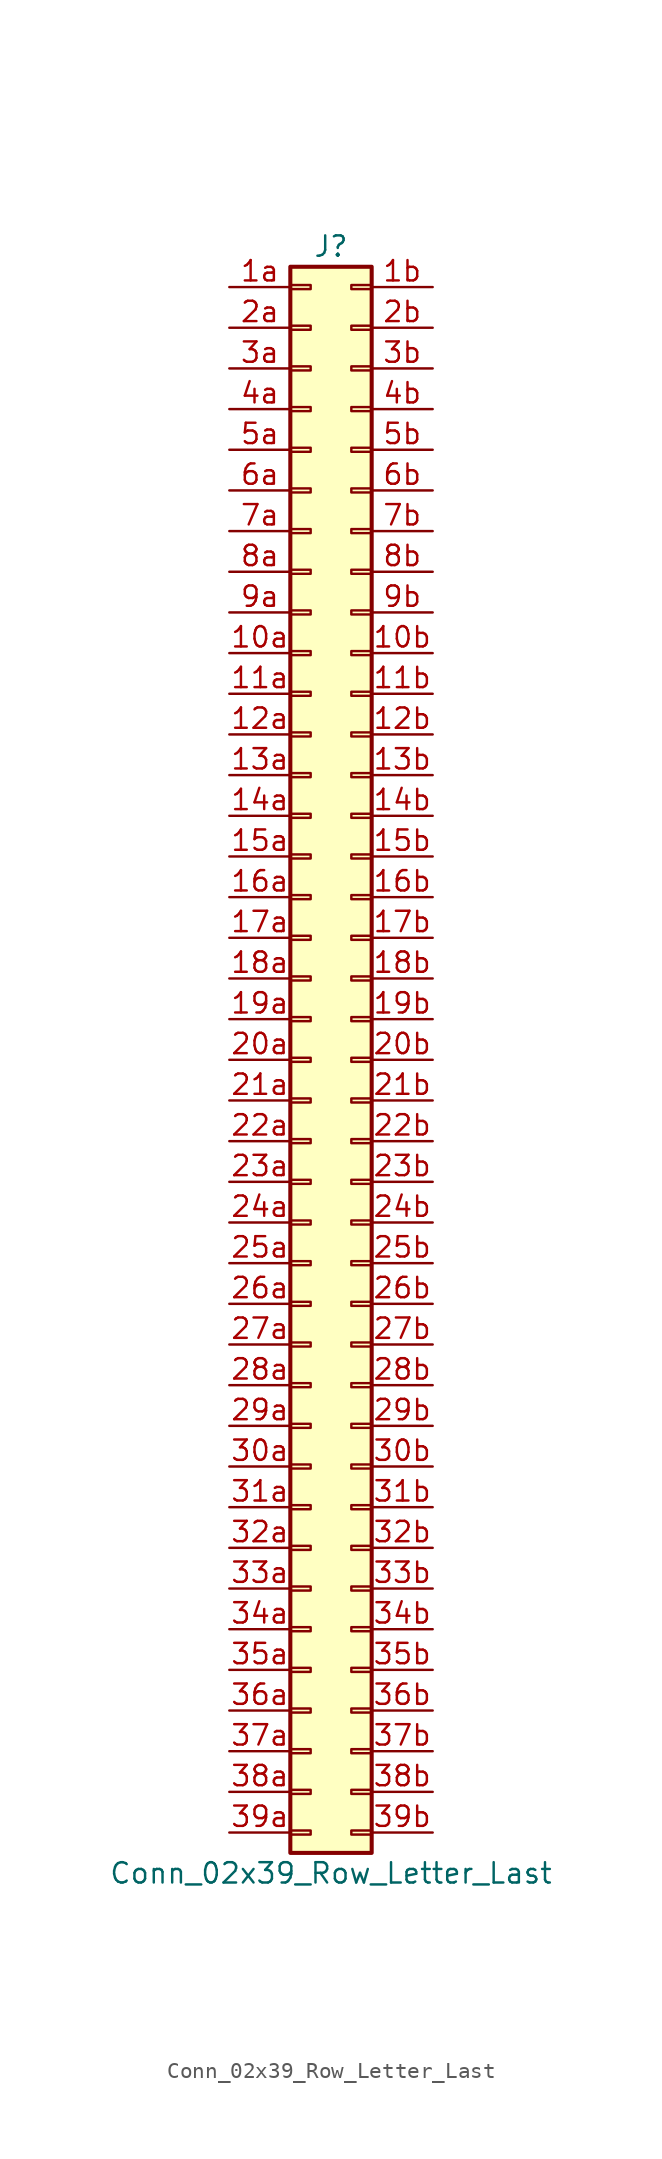
<source format=kicad_sym>
(kicad_symbol_lib
  (version 20201005)
  (generator kicad_symbol_editor)
  (symbol "Connector_Generic:Conn_02x39_Row_Letter_Last"
    (pin_names
      (offset 1.016) hide)
    (property "Reference" "J"
      (at 1.27 50.8 0)
      (effects (font (size 1.27 1.27))))
    (property "Value" "Conn_02x39_Row_Letter_Last"
      (at 1.27 -50.8 0)
      (effects (font (size 1.27 1.27))))
    (symbol "Conn_02x39_Row_Letter_Last_1_1"
      (rectangle (start -1.27 -27.813) (end 0 -28.067) (stroke (width 0.152)) (fill (type none)))
      (rectangle (start -1.27 -30.353) (end 0 -30.607) (stroke (width 0.152)) (fill (type none)))
      (rectangle (start -1.27 -32.893) (end 0 -33.147) (stroke (width 0.152)) (fill (type none)))
      (rectangle (start -1.27 -35.433) (end 0 -35.687) (stroke (width 0.152)) (fill (type none)))
      (rectangle (start -1.27 -37.973) (end 0 -38.227) (stroke (width 0.152)) (fill (type none)))
      (rectangle (start -1.27 -40.513) (end 0 -40.767) (stroke (width 0.152)) (fill (type none)))
      (rectangle (start -1.27 -43.053) (end 0 -43.307) (stroke (width 0.152)) (fill (type none)))
      (rectangle (start -1.27 -45.593) (end 0 -45.847) (stroke (width 0.152)) (fill (type none)))
      (rectangle (start -1.27 -48.133) (end 0 -48.387) (stroke (width 0.152)) (fill (type none)))
      (rectangle (start -1.27 -4.953) (end 0 -5.207) (stroke (width 0.152)) (fill (type none)))
      (rectangle (start -1.27 -7.493) (end 0 -7.747) (stroke (width 0.152)) (fill (type none)))
      (rectangle (start -1.27 -10.033) (end 0 -10.287) (stroke (width 0.152)) (fill (type none)))
      (rectangle (start -1.27 -12.573) (end 0 -12.827) (stroke (width 0.152)) (fill (type none)))
      (rectangle (start -1.27 -15.113) (end 0 -15.367) (stroke (width 0.152)) (fill (type none)))
      (rectangle (start -1.27 -17.653) (end 0 -17.907) (stroke (width 0.152)) (fill (type none)))
      (rectangle (start -1.27 -20.193) (end 0 -20.447) (stroke (width 0.152)) (fill (type none)))
      (rectangle (start -1.27 -22.733) (end 0 -22.987) (stroke (width 0.152)) (fill (type none)))
      (rectangle (start -1.27 -2.413) (end 0 -2.667) (stroke (width 0.152)) (fill (type none)))
      (rectangle (start -1.27 -25.273) (end 0 -25.527) (stroke (width 0.152)) (fill (type none)))
      (rectangle (start -1.27 25.527) (end 0 25.273) (stroke (width 0.152)) (fill (type none)))
      (rectangle (start -1.27 2.667) (end 0 2.413) (stroke (width 0.152)) (fill (type none)))
      (rectangle (start -1.27 28.067) (end 0 27.813) (stroke (width 0.152)) (fill (type none)))
      (rectangle (start -1.27 30.607) (end 0 30.353) (stroke (width 0.152)) (fill (type none)))
      (rectangle (start -1.27 33.147) (end 0 32.893) (stroke (width 0.152)) (fill (type none)))
      (rectangle (start -1.27 35.687) (end 0 35.433) (stroke (width 0.152)) (fill (type none)))
      (rectangle (start -1.27 38.227) (end 0 37.973) (stroke (width 0.152)) (fill (type none)))
      (rectangle (start -1.27 40.767) (end 0 40.513) (stroke (width 0.152)) (fill (type none)))
      (rectangle (start -1.27 43.307) (end 0 43.053) (stroke (width 0.152)) (fill (type none)))
      (rectangle (start -1.27 45.847) (end 0 45.593) (stroke (width 0.152)) (fill (type none)))
      (rectangle (start -1.27 48.387) (end 0 48.133) (stroke (width 0.152)) (fill (type none)))
      (rectangle (start -1.27 49.53) (end 3.81 -49.53) (stroke (width 0.254)) (fill (type background)))
      (rectangle (start -1.27 5.207) (end 0 4.953) (stroke (width 0.152)) (fill (type none)))
      (rectangle (start -1.27 7.747) (end 0 7.493) (stroke (width 0.152)) (fill (type none)))
      (rectangle (start -1.27 10.287) (end 0 10.033) (stroke (width 0.152)) (fill (type none)))
      (rectangle (start -1.27 0.127) (end 0 -0.127) (stroke (width 0.152)) (fill (type none)))
      (rectangle (start -1.27 12.827) (end 0 12.573) (stroke (width 0.152)) (fill (type none)))
      (rectangle (start -1.27 15.367) (end 0 15.113) (stroke (width 0.152)) (fill (type none)))
      (rectangle (start -1.27 17.907) (end 0 17.653) (stroke (width 0.152)) (fill (type none)))
      (rectangle (start -1.27 20.447) (end 0 20.193) (stroke (width 0.152)) (fill (type none)))
      (rectangle (start -1.27 22.987) (end 0 22.733) (stroke (width 0.152)) (fill (type none)))
      (rectangle (start 3.81 -27.813) (end 2.54 -28.067) (stroke (width 0.152)) (fill (type none)))
      (rectangle (start 3.81 -30.353) (end 2.54 -30.607) (stroke (width 0.152)) (fill (type none)))
      (rectangle (start 3.81 -32.893) (end 2.54 -33.147) (stroke (width 0.152)) (fill (type none)))
      (rectangle (start 3.81 -35.433) (end 2.54 -35.687) (stroke (width 0.152)) (fill (type none)))
      (rectangle (start 3.81 -37.973) (end 2.54 -38.227) (stroke (width 0.152)) (fill (type none)))
      (rectangle (start 3.81 -40.513) (end 2.54 -40.767) (stroke (width 0.152)) (fill (type none)))
      (rectangle (start 3.81 -43.053) (end 2.54 -43.307) (stroke (width 0.152)) (fill (type none)))
      (rectangle (start 3.81 -45.593) (end 2.54 -45.847) (stroke (width 0.152)) (fill (type none)))
      (rectangle (start 3.81 -48.133) (end 2.54 -48.387) (stroke (width 0.152)) (fill (type none)))
      (rectangle (start 3.81 -4.953) (end 2.54 -5.207) (stroke (width 0.152)) (fill (type none)))
      (rectangle (start 3.81 -7.493) (end 2.54 -7.747) (stroke (width 0.152)) (fill (type none)))
      (rectangle (start 3.81 -10.033) (end 2.54 -10.287) (stroke (width 0.152)) (fill (type none)))
      (rectangle (start 3.81 -12.573) (end 2.54 -12.827) (stroke (width 0.152)) (fill (type none)))
      (rectangle (start 3.81 -15.113) (end 2.54 -15.367) (stroke (width 0.152)) (fill (type none)))
      (rectangle (start 3.81 -17.653) (end 2.54 -17.907) (stroke (width 0.152)) (fill (type none)))
      (rectangle (start 3.81 -20.193) (end 2.54 -20.447) (stroke (width 0.152)) (fill (type none)))
      (rectangle (start 3.81 -22.733) (end 2.54 -22.987) (stroke (width 0.152)) (fill (type none)))
      (rectangle (start 3.81 -2.413) (end 2.54 -2.667) (stroke (width 0.152)) (fill (type none)))
      (rectangle (start 3.81 -25.273) (end 2.54 -25.527) (stroke (width 0.152)) (fill (type none)))
      (rectangle (start 3.81 25.527) (end 2.54 25.273) (stroke (width 0.152)) (fill (type none)))
      (rectangle (start 3.81 2.667) (end 2.54 2.413) (stroke (width 0.152)) (fill (type none)))
      (rectangle (start 3.81 28.067) (end 2.54 27.813) (stroke (width 0.152)) (fill (type none)))
      (rectangle (start 3.81 30.607) (end 2.54 30.353) (stroke (width 0.152)) (fill (type none)))
      (rectangle (start 3.81 33.147) (end 2.54 32.893) (stroke (width 0.152)) (fill (type none)))
      (rectangle (start 3.81 35.687) (end 2.54 35.433) (stroke (width 0.152)) (fill (type none)))
      (rectangle (start 3.81 38.227) (end 2.54 37.973) (stroke (width 0.152)) (fill (type none)))
      (rectangle (start 3.81 40.767) (end 2.54 40.513) (stroke (width 0.152)) (fill (type none)))
      (rectangle (start 3.81 43.307) (end 2.54 43.053) (stroke (width 0.152)) (fill (type none)))
      (rectangle (start 3.81 45.847) (end 2.54 45.593) (stroke (width 0.152)) (fill (type none)))
      (rectangle (start 3.81 48.387) (end 2.54 48.133) (stroke (width 0.152)) (fill (type none)))
      (rectangle (start 3.81 5.207) (end 2.54 4.953) (stroke (width 0.152)) (fill (type none)))
      (rectangle (start 3.81 7.747) (end 2.54 7.493) (stroke (width 0.152)) (fill (type none)))
      (rectangle (start 3.81 10.287) (end 2.54 10.033) (stroke (width 0.152)) (fill (type none)))
      (rectangle (start 3.81 0.127) (end 2.54 -0.127) (stroke (width 0.152)) (fill (type none)))
      (rectangle (start 3.81 12.827) (end 2.54 12.573) (stroke (width 0.152)) (fill (type none)))
      (rectangle (start 3.81 15.367) (end 2.54 15.113) (stroke (width 0.152)) (fill (type none)))
      (rectangle (start 3.81 17.907) (end 2.54 17.653) (stroke (width 0.152)) (fill (type none)))
      (rectangle (start 3.81 20.447) (end 2.54 20.193) (stroke (width 0.152)) (fill (type none)))
      (rectangle (start 3.81 22.987) (end 2.54 22.733) (stroke (width 0.152)) (fill (type none)))
      (pin passive line (at -5.08 25.4 0) (length 3.81) (name "Pin_10a" (effects (font (size 1.27 1.27)))) (number "10a" (effects (font (size 1.27 1.27)))))
      (pin passive line (at 7.62 25.4 180) (length 3.81) (name "Pin_10b" (effects (font (size 1.27 1.27)))) (number "10b" (effects (font (size 1.27 1.27)))))
      (pin passive line (at -5.08 22.86 0) (length 3.81) (name "Pin_11a" (effects (font (size 1.27 1.27)))) (number "11a" (effects (font (size 1.27 1.27)))))
      (pin passive line (at 7.62 22.86 180) (length 3.81) (name "Pin_11b" (effects (font (size 1.27 1.27)))) (number "11b" (effects (font (size 1.27 1.27)))))
      (pin passive line (at -5.08 20.32 0) (length 3.81) (name "Pin_12a" (effects (font (size 1.27 1.27)))) (number "12a" (effects (font (size 1.27 1.27)))))
      (pin passive line (at 7.62 20.32 180) (length 3.81) (name "Pin_12b" (effects (font (size 1.27 1.27)))) (number "12b" (effects (font (size 1.27 1.27)))))
      (pin passive line (at -5.08 17.78 0) (length 3.81) (name "Pin_13a" (effects (font (size 1.27 1.27)))) (number "13a" (effects (font (size 1.27 1.27)))))
      (pin passive line (at 7.62 17.78 180) (length 3.81) (name "Pin_13b" (effects (font (size 1.27 1.27)))) (number "13b" (effects (font (size 1.27 1.27)))))
      (pin passive line (at -5.08 15.24 0) (length 3.81) (name "Pin_14a" (effects (font (size 1.27 1.27)))) (number "14a" (effects (font (size 1.27 1.27)))))
      (pin passive line (at 7.62 15.24 180) (length 3.81) (name "Pin_14b" (effects (font (size 1.27 1.27)))) (number "14b" (effects (font (size 1.27 1.27)))))
      (pin passive line (at -5.08 12.7 0) (length 3.81) (name "Pin_15a" (effects (font (size 1.27 1.27)))) (number "15a" (effects (font (size 1.27 1.27)))))
      (pin passive line (at 7.62 12.7 180) (length 3.81) (name "Pin_15b" (effects (font (size 1.27 1.27)))) (number "15b" (effects (font (size 1.27 1.27)))))
      (pin passive line (at -5.08 10.16 0) (length 3.81) (name "Pin_16a" (effects (font (size 1.27 1.27)))) (number "16a" (effects (font (size 1.27 1.27)))))
      (pin passive line (at 7.62 10.16 180) (length 3.81) (name "Pin_16b" (effects (font (size 1.27 1.27)))) (number "16b" (effects (font (size 1.27 1.27)))))
      (pin passive line (at -5.08 7.62 0) (length 3.81) (name "Pin_17a" (effects (font (size 1.27 1.27)))) (number "17a" (effects (font (size 1.27 1.27)))))
      (pin passive line (at 7.62 7.62 180) (length 3.81) (name "Pin_17b" (effects (font (size 1.27 1.27)))) (number "17b" (effects (font (size 1.27 1.27)))))
      (pin passive line (at -5.08 5.08 0) (length 3.81) (name "Pin_18a" (effects (font (size 1.27 1.27)))) (number "18a" (effects (font (size 1.27 1.27)))))
      (pin passive line (at 7.62 5.08 180) (length 3.81) (name "Pin_18b" (effects (font (size 1.27 1.27)))) (number "18b" (effects (font (size 1.27 1.27)))))
      (pin passive line (at -5.08 2.54 0) (length 3.81) (name "Pin_19a" (effects (font (size 1.27 1.27)))) (number "19a" (effects (font (size 1.27 1.27)))))
      (pin passive line (at 7.62 2.54 180) (length 3.81) (name "Pin_19b" (effects (font (size 1.27 1.27)))) (number "19b" (effects (font (size 1.27 1.27)))))
      (pin passive line (at -5.08 48.26 0) (length 3.81) (name "Pin_1a" (effects (font (size 1.27 1.27)))) (number "1a" (effects (font (size 1.27 1.27)))))
      (pin passive line (at 7.62 48.26 180) (length 3.81) (name "Pin_1b" (effects (font (size 1.27 1.27)))) (number "1b" (effects (font (size 1.27 1.27)))))
      (pin passive line (at -5.08 0 0) (length 3.81) (name "Pin_20a" (effects (font (size 1.27 1.27)))) (number "20a" (effects (font (size 1.27 1.27)))))
      (pin passive line (at 7.62 0 180) (length 3.81) (name "Pin_20b" (effects (font (size 1.27 1.27)))) (number "20b" (effects (font (size 1.27 1.27)))))
      (pin passive line (at -5.08 -2.54 0) (length 3.81) (name "Pin_21a" (effects (font (size 1.27 1.27)))) (number "21a" (effects (font (size 1.27 1.27)))))
      (pin passive line (at 7.62 -2.54 180) (length 3.81) (name "Pin_21b" (effects (font (size 1.27 1.27)))) (number "21b" (effects (font (size 1.27 1.27)))))
      (pin passive line (at -5.08 -5.08 0) (length 3.81) (name "Pin_22a" (effects (font (size 1.27 1.27)))) (number "22a" (effects (font (size 1.27 1.27)))))
      (pin passive line (at 7.62 -5.08 180) (length 3.81) (name "Pin_22b" (effects (font (size 1.27 1.27)))) (number "22b" (effects (font (size 1.27 1.27)))))
      (pin passive line (at -5.08 -7.62 0) (length 3.81) (name "Pin_23a" (effects (font (size 1.27 1.27)))) (number "23a" (effects (font (size 1.27 1.27)))))
      (pin passive line (at 7.62 -7.62 180) (length 3.81) (name "Pin_23b" (effects (font (size 1.27 1.27)))) (number "23b" (effects (font (size 1.27 1.27)))))
      (pin passive line (at -5.08 -10.16 0) (length 3.81) (name "Pin_24a" (effects (font (size 1.27 1.27)))) (number "24a" (effects (font (size 1.27 1.27)))))
      (pin passive line (at 7.62 -10.16 180) (length 3.81) (name "Pin_24b" (effects (font (size 1.27 1.27)))) (number "24b" (effects (font (size 1.27 1.27)))))
      (pin passive line (at -5.08 -12.7 0) (length 3.81) (name "Pin_25a" (effects (font (size 1.27 1.27)))) (number "25a" (effects (font (size 1.27 1.27)))))
      (pin passive line (at 7.62 -12.7 180) (length 3.81) (name "Pin_25b" (effects (font (size 1.27 1.27)))) (number "25b" (effects (font (size 1.27 1.27)))))
      (pin passive line (at -5.08 -15.24 0) (length 3.81) (name "Pin_26a" (effects (font (size 1.27 1.27)))) (number "26a" (effects (font (size 1.27 1.27)))))
      (pin passive line (at 7.62 -15.24 180) (length 3.81) (name "Pin_26b" (effects (font (size 1.27 1.27)))) (number "26b" (effects (font (size 1.27 1.27)))))
      (pin passive line (at -5.08 -17.78 0) (length 3.81) (name "Pin_27a" (effects (font (size 1.27 1.27)))) (number "27a" (effects (font (size 1.27 1.27)))))
      (pin passive line (at 7.62 -17.78 180) (length 3.81) (name "Pin_27b" (effects (font (size 1.27 1.27)))) (number "27b" (effects (font (size 1.27 1.27)))))
      (pin passive line (at -5.08 -20.32 0) (length 3.81) (name "Pin_28a" (effects (font (size 1.27 1.27)))) (number "28a" (effects (font (size 1.27 1.27)))))
      (pin passive line (at 7.62 -20.32 180) (length 3.81) (name "Pin_28b" (effects (font (size 1.27 1.27)))) (number "28b" (effects (font (size 1.27 1.27)))))
      (pin passive line (at -5.08 -22.86 0) (length 3.81) (name "Pin_29a" (effects (font (size 1.27 1.27)))) (number "29a" (effects (font (size 1.27 1.27)))))
      (pin passive line (at 7.62 -22.86 180) (length 3.81) (name "Pin_29b" (effects (font (size 1.27 1.27)))) (number "29b" (effects (font (size 1.27 1.27)))))
      (pin passive line (at -5.08 45.72 0) (length 3.81) (name "Pin_2a" (effects (font (size 1.27 1.27)))) (number "2a" (effects (font (size 1.27 1.27)))))
      (pin passive line (at 7.62 45.72 180) (length 3.81) (name "Pin_2b" (effects (font (size 1.27 1.27)))) (number "2b" (effects (font (size 1.27 1.27)))))
      (pin passive line (at -5.08 -25.4 0) (length 3.81) (name "Pin_30a" (effects (font (size 1.27 1.27)))) (number "30a" (effects (font (size 1.27 1.27)))))
      (pin passive line (at 7.62 -25.4 180) (length 3.81) (name "Pin_30b" (effects (font (size 1.27 1.27)))) (number "30b" (effects (font (size 1.27 1.27)))))
      (pin passive line (at -5.08 -27.94 0) (length 3.81) (name "Pin_31a" (effects (font (size 1.27 1.27)))) (number "31a" (effects (font (size 1.27 1.27)))))
      (pin passive line (at 7.62 -27.94 180) (length 3.81) (name "Pin_31b" (effects (font (size 1.27 1.27)))) (number "31b" (effects (font (size 1.27 1.27)))))
      (pin passive line (at -5.08 -30.48 0) (length 3.81) (name "Pin_32a" (effects (font (size 1.27 1.27)))) (number "32a" (effects (font (size 1.27 1.27)))))
      (pin passive line (at 7.62 -30.48 180) (length 3.81) (name "Pin_32b" (effects (font (size 1.27 1.27)))) (number "32b" (effects (font (size 1.27 1.27)))))
      (pin passive line (at -5.08 -33.02 0) (length 3.81) (name "Pin_33a" (effects (font (size 1.27 1.27)))) (number "33a" (effects (font (size 1.27 1.27)))))
      (pin passive line (at 7.62 -33.02 180) (length 3.81) (name "Pin_33b" (effects (font (size 1.27 1.27)))) (number "33b" (effects (font (size 1.27 1.27)))))
      (pin passive line (at -5.08 -35.56 0) (length 3.81) (name "Pin_34a" (effects (font (size 1.27 1.27)))) (number "34a" (effects (font (size 1.27 1.27)))))
      (pin passive line (at 7.62 -35.56 180) (length 3.81) (name "Pin_34b" (effects (font (size 1.27 1.27)))) (number "34b" (effects (font (size 1.27 1.27)))))
      (pin passive line (at -5.08 -38.1 0) (length 3.81) (name "Pin_35a" (effects (font (size 1.27 1.27)))) (number "35a" (effects (font (size 1.27 1.27)))))
      (pin passive line (at 7.62 -38.1 180) (length 3.81) (name "Pin_35b" (effects (font (size 1.27 1.27)))) (number "35b" (effects (font (size 1.27 1.27)))))
      (pin passive line (at -5.08 -40.64 0) (length 3.81) (name "Pin_36a" (effects (font (size 1.27 1.27)))) (number "36a" (effects (font (size 1.27 1.27)))))
      (pin passive line (at 7.62 -40.64 180) (length 3.81) (name "Pin_36b" (effects (font (size 1.27 1.27)))) (number "36b" (effects (font (size 1.27 1.27)))))
      (pin passive line (at -5.08 -43.18 0) (length 3.81) (name "Pin_37a" (effects (font (size 1.27 1.27)))) (number "37a" (effects (font (size 1.27 1.27)))))
      (pin passive line (at 7.62 -43.18 180) (length 3.81) (name "Pin_37b" (effects (font (size 1.27 1.27)))) (number "37b" (effects (font (size 1.27 1.27)))))
      (pin passive line (at -5.08 -45.72 0) (length 3.81) (name "Pin_38a" (effects (font (size 1.27 1.27)))) (number "38a" (effects (font (size 1.27 1.27)))))
      (pin passive line (at 7.62 -45.72 180) (length 3.81) (name "Pin_38b" (effects (font (size 1.27 1.27)))) (number "38b" (effects (font (size 1.27 1.27)))))
      (pin passive line (at -5.08 -48.26 0) (length 3.81) (name "Pin_39a" (effects (font (size 1.27 1.27)))) (number "39a" (effects (font (size 1.27 1.27)))))
      (pin passive line (at 7.62 -48.26 180) (length 3.81) (name "Pin_39b" (effects (font (size 1.27 1.27)))) (number "39b" (effects (font (size 1.27 1.27)))))
      (pin passive line (at -5.08 43.18 0) (length 3.81) (name "Pin_3a" (effects (font (size 1.27 1.27)))) (number "3a" (effects (font (size 1.27 1.27)))))
      (pin passive line (at 7.62 43.18 180) (length 3.81) (name "Pin_3b" (effects (font (size 1.27 1.27)))) (number "3b" (effects (font (size 1.27 1.27)))))
      (pin passive line (at -5.08 40.64 0) (length 3.81) (name "Pin_4a" (effects (font (size 1.27 1.27)))) (number "4a" (effects (font (size 1.27 1.27)))))
      (pin passive line (at 7.62 40.64 180) (length 3.81) (name "Pin_4b" (effects (font (size 1.27 1.27)))) (number "4b" (effects (font (size 1.27 1.27)))))
      (pin passive line (at -5.08 38.1 0) (length 3.81) (name "Pin_5a" (effects (font (size 1.27 1.27)))) (number "5a" (effects (font (size 1.27 1.27)))))
      (pin passive line (at 7.62 38.1 180) (length 3.81) (name "Pin_5b" (effects (font (size 1.27 1.27)))) (number "5b" (effects (font (size 1.27 1.27)))))
      (pin passive line (at -5.08 35.56 0) (length 3.81) (name "Pin_6a" (effects (font (size 1.27 1.27)))) (number "6a" (effects (font (size 1.27 1.27)))))
      (pin passive line (at 7.62 35.56 180) (length 3.81) (name "Pin_6b" (effects (font (size 1.27 1.27)))) (number "6b" (effects (font (size 1.27 1.27)))))
      (pin passive line (at -5.08 33.02 0) (length 3.81) (name "Pin_7a" (effects (font (size 1.27 1.27)))) (number "7a" (effects (font (size 1.27 1.27)))))
      (pin passive line (at 7.62 33.02 180) (length 3.81) (name "Pin_7b" (effects (font (size 1.27 1.27)))) (number "7b" (effects (font (size 1.27 1.27)))))
      (pin passive line (at -5.08 30.48 0) (length 3.81) (name "Pin_8a" (effects (font (size 1.27 1.27)))) (number "8a" (effects (font (size 1.27 1.27)))))
      (pin passive line (at 7.62 30.48 180) (length 3.81) (name "Pin_8b" (effects (font (size 1.27 1.27)))) (number "8b" (effects (font (size 1.27 1.27)))))
      (pin passive line (at -5.08 27.94 0) (length 3.81) (name "Pin_9a" (effects (font (size 1.27 1.27)))) (number "9a" (effects (font (size 1.27 1.27)))))
      (pin passive line (at 7.62 27.94 180) (length 3.81) (name "Pin_9b" (effects (font (size 1.27 1.27)))) (number "9b" (effects (font (size 1.27 1.27))))))))
</source>
